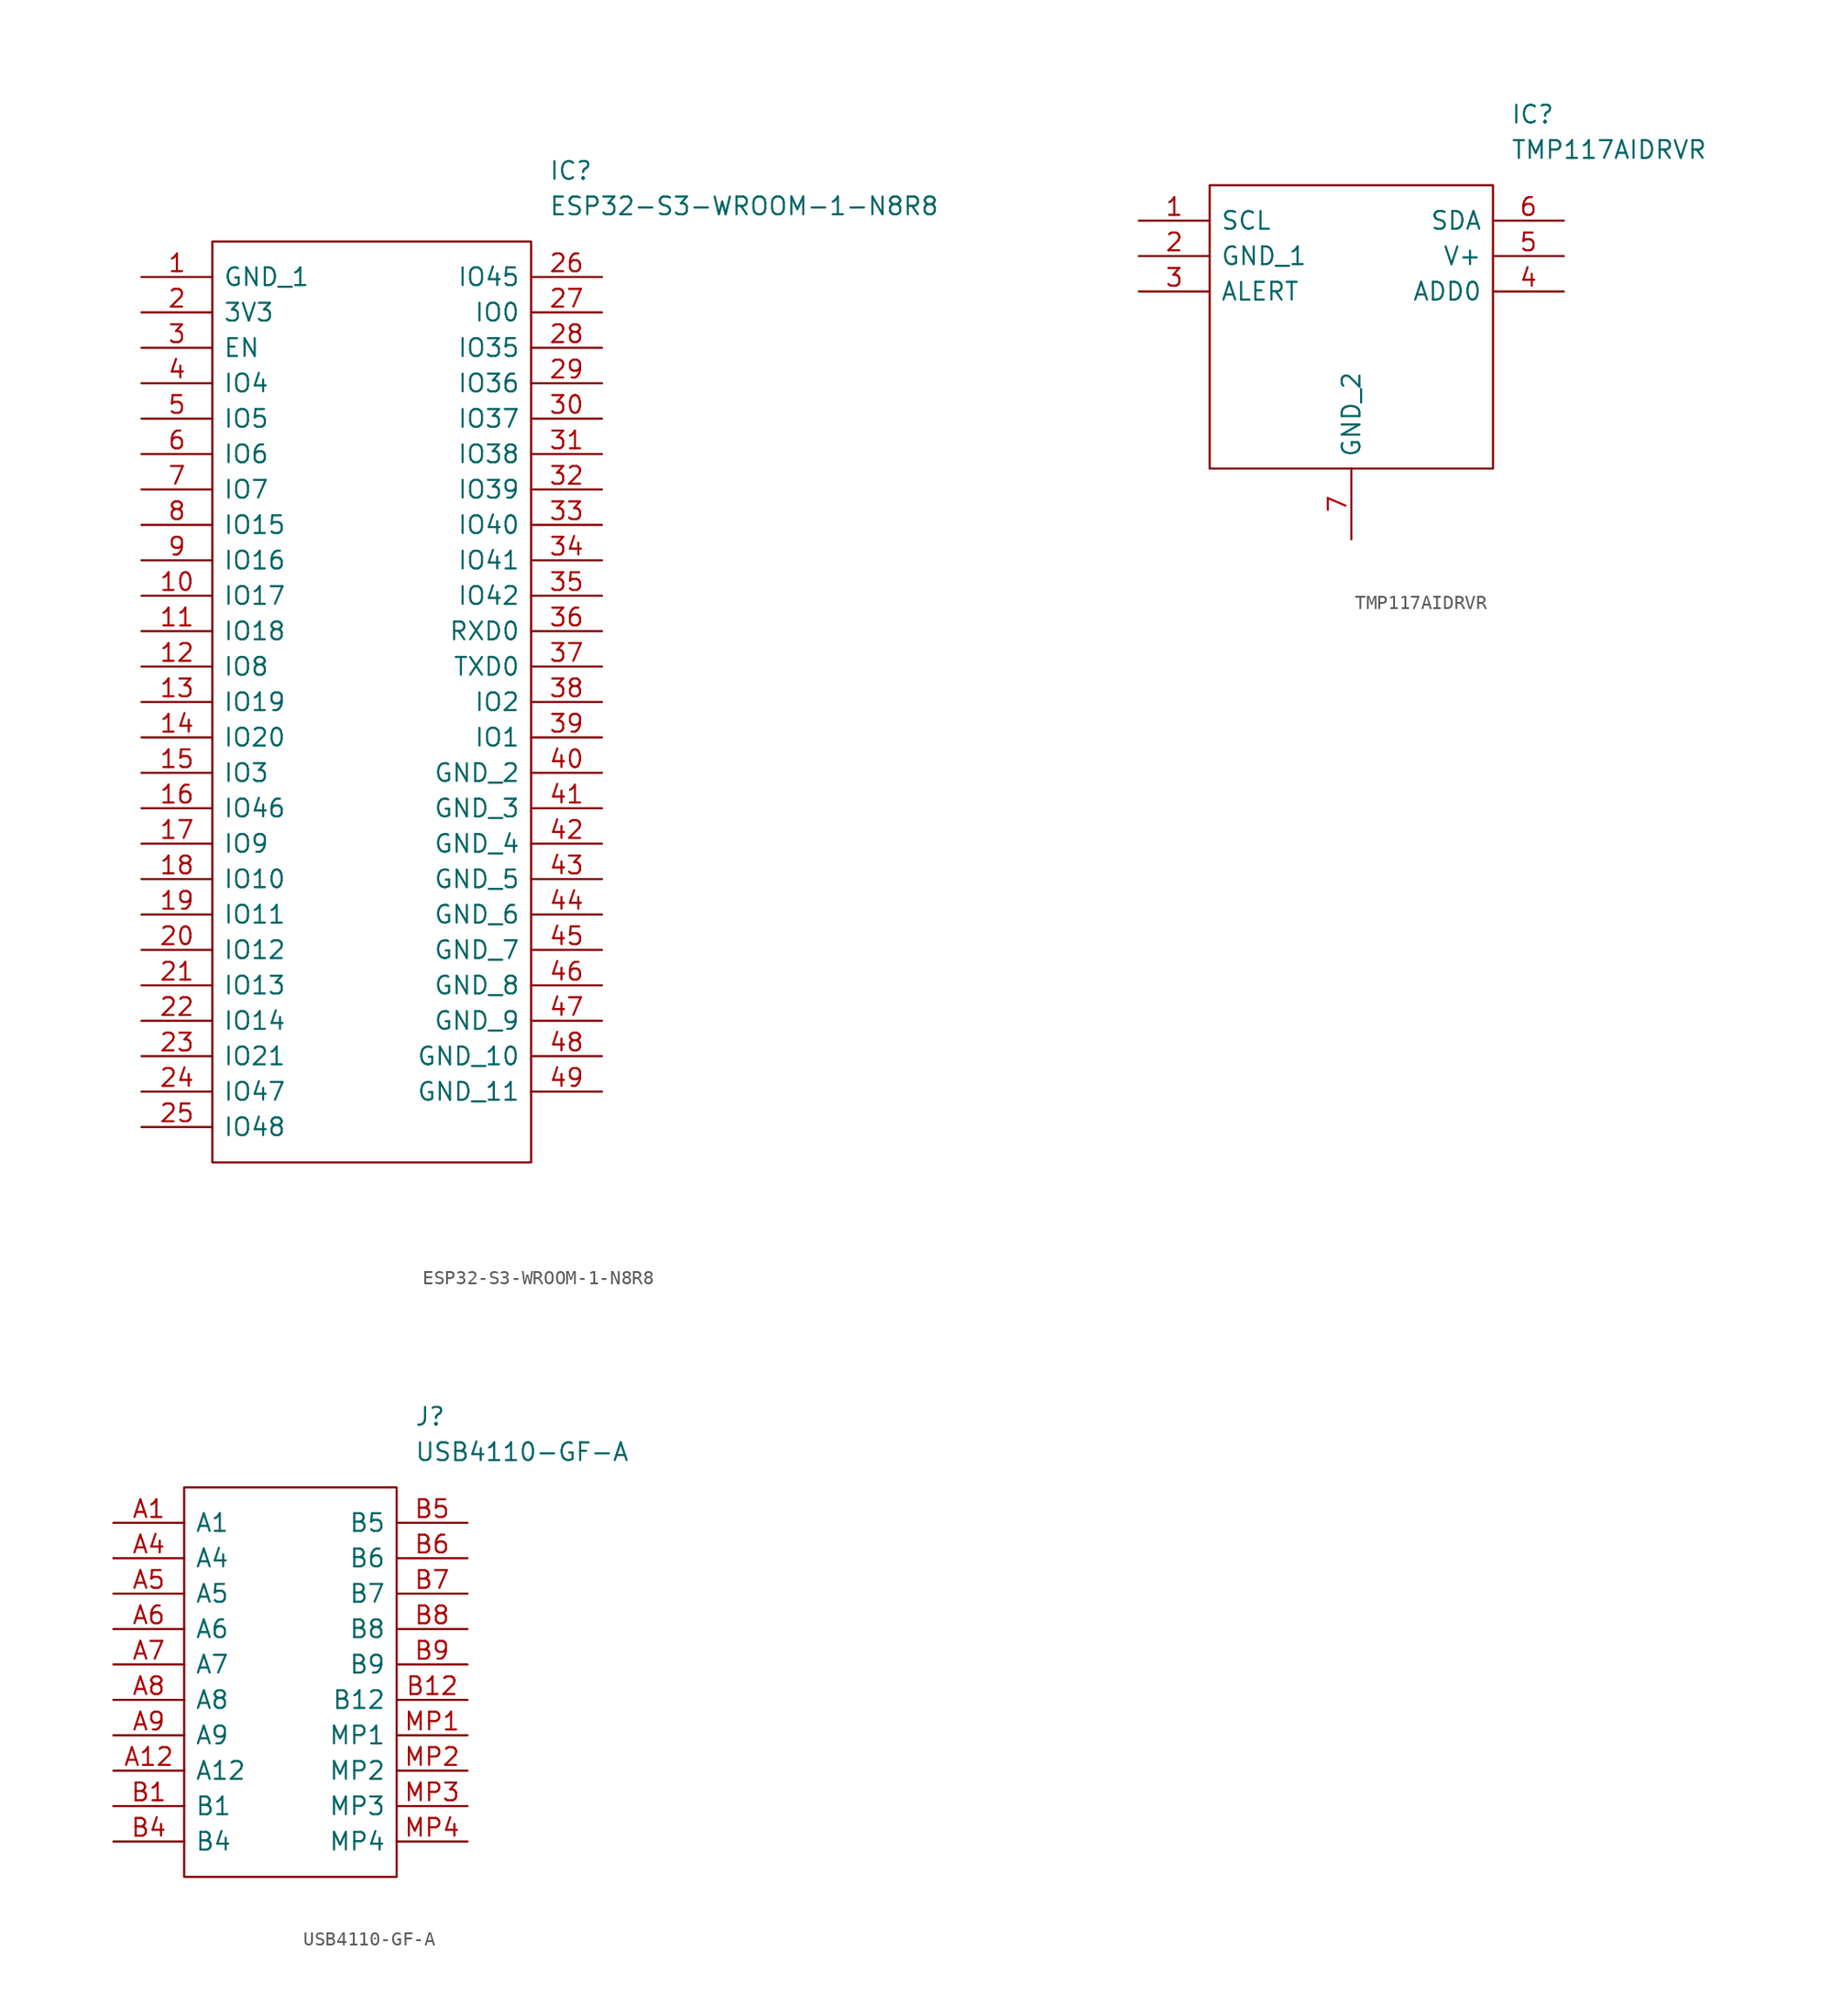
<source format=kicad_sym>
(kicad_symbol_lib
  (version 20220914)
  (generator kicad_symbol_editor)
  (symbol "ESP32-S3-WROOM-1-N8R8"
    (pin_names
      (offset 0.762))
    (property "Reference" "IC"
      (at 29.21 7.62 0)
      (effects (font (size 1.27 1.27)) (justify left)))
    (property "Value" "ESP32-S3-WROOM-1-N8R8"
      (at 29.21 5.08 0)
      (effects (font (size 1.27 1.27)) (justify left)))
    (symbol "ESP32-S3-WROOM-1-N8R8_0_0"
      (pin passive line (at 0 0 0) (length 5.08) (name "GND_1" (effects (font (size 1.27 1.27)))) (number "1" (effects (font (size 1.27 1.27)))))
      (pin passive line (at 0 -22.86 0) (length 5.08) (name "IO17" (effects (font (size 1.27 1.27)))) (number "10" (effects (font (size 1.27 1.27)))))
      (pin passive line (at 0 -25.4 0) (length 5.08) (name "IO18" (effects (font (size 1.27 1.27)))) (number "11" (effects (font (size 1.27 1.27)))))
      (pin passive line (at 0 -27.94 0) (length 5.08) (name "IO8" (effects (font (size 1.27 1.27)))) (number "12" (effects (font (size 1.27 1.27)))))
      (pin passive line (at 0 -30.48 0) (length 5.08) (name "IO19" (effects (font (size 1.27 1.27)))) (number "13" (effects (font (size 1.27 1.27)))))
      (pin passive line (at 0 -33.02 0) (length 5.08) (name "IO20" (effects (font (size 1.27 1.27)))) (number "14" (effects (font (size 1.27 1.27)))))
      (pin passive line (at 0 -35.56 0) (length 5.08) (name "IO3" (effects (font (size 1.27 1.27)))) (number "15" (effects (font (size 1.27 1.27)))))
      (pin passive line (at 0 -38.1 0) (length 5.08) (name "IO46" (effects (font (size 1.27 1.27)))) (number "16" (effects (font (size 1.27 1.27)))))
      (pin passive line (at 0 -40.64 0) (length 5.08) (name "IO9" (effects (font (size 1.27 1.27)))) (number "17" (effects (font (size 1.27 1.27)))))
      (pin passive line (at 0 -43.18 0) (length 5.08) (name "IO10" (effects (font (size 1.27 1.27)))) (number "18" (effects (font (size 1.27 1.27)))))
      (pin passive line (at 0 -45.72 0) (length 5.08) (name "IO11" (effects (font (size 1.27 1.27)))) (number "19" (effects (font (size 1.27 1.27)))))
      (pin passive line (at 0 -2.54 0) (length 5.08) (name "3V3" (effects (font (size 1.27 1.27)))) (number "2" (effects (font (size 1.27 1.27)))))
      (pin passive line (at 0 -48.26 0) (length 5.08) (name "IO12" (effects (font (size 1.27 1.27)))) (number "20" (effects (font (size 1.27 1.27)))))
      (pin passive line (at 0 -50.8 0) (length 5.08) (name "IO13" (effects (font (size 1.27 1.27)))) (number "21" (effects (font (size 1.27 1.27)))))
      (pin passive line (at 0 -53.34 0) (length 5.08) (name "IO14" (effects (font (size 1.27 1.27)))) (number "22" (effects (font (size 1.27 1.27)))))
      (pin passive line (at 0 -55.88 0) (length 5.08) (name "IO21" (effects (font (size 1.27 1.27)))) (number "23" (effects (font (size 1.27 1.27)))))
      (pin passive line (at 0 -58.42 0) (length 5.08) (name "IO47" (effects (font (size 1.27 1.27)))) (number "24" (effects (font (size 1.27 1.27)))))
      (pin passive line (at 0 -60.96 0) (length 5.08) (name "IO48" (effects (font (size 1.27 1.27)))) (number "25" (effects (font (size 1.27 1.27)))))
      (pin passive line (at 33.02 0 180) (length 5.08) (name "IO45" (effects (font (size 1.27 1.27)))) (number "26" (effects (font (size 1.27 1.27)))))
      (pin passive line (at 33.02 -2.54 180) (length 5.08) (name "IO0" (effects (font (size 1.27 1.27)))) (number "27" (effects (font (size 1.27 1.27)))))
      (pin passive line (at 33.02 -5.08 180) (length 5.08) (name "IO35" (effects (font (size 1.27 1.27)))) (number "28" (effects (font (size 1.27 1.27)))))
      (pin passive line (at 33.02 -7.62 180) (length 5.08) (name "IO36" (effects (font (size 1.27 1.27)))) (number "29" (effects (font (size 1.27 1.27)))))
      (pin passive line (at 0 -5.08 0) (length 5.08) (name "EN" (effects (font (size 1.27 1.27)))) (number "3" (effects (font (size 1.27 1.27)))))
      (pin passive line (at 33.02 -10.16 180) (length 5.08) (name "IO37" (effects (font (size 1.27 1.27)))) (number "30" (effects (font (size 1.27 1.27)))))
      (pin passive line (at 33.02 -12.7 180) (length 5.08) (name "IO38" (effects (font (size 1.27 1.27)))) (number "31" (effects (font (size 1.27 1.27)))))
      (pin passive line (at 33.02 -15.24 180) (length 5.08) (name "IO39" (effects (font (size 1.27 1.27)))) (number "32" (effects (font (size 1.27 1.27)))))
      (pin passive line (at 33.02 -17.78 180) (length 5.08) (name "IO40" (effects (font (size 1.27 1.27)))) (number "33" (effects (font (size 1.27 1.27)))))
      (pin passive line (at 33.02 -20.32 180) (length 5.08) (name "IO41" (effects (font (size 1.27 1.27)))) (number "34" (effects (font (size 1.27 1.27)))))
      (pin passive line (at 33.02 -22.86 180) (length 5.08) (name "IO42" (effects (font (size 1.27 1.27)))) (number "35" (effects (font (size 1.27 1.27)))))
      (pin passive line (at 33.02 -25.4 180) (length 5.08) (name "RXD0" (effects (font (size 1.27 1.27)))) (number "36" (effects (font (size 1.27 1.27)))))
      (pin passive line (at 33.02 -27.94 180) (length 5.08) (name "TXD0" (effects (font (size 1.27 1.27)))) (number "37" (effects (font (size 1.27 1.27)))))
      (pin passive line (at 33.02 -30.48 180) (length 5.08) (name "IO2" (effects (font (size 1.27 1.27)))) (number "38" (effects (font (size 1.27 1.27)))))
      (pin passive line (at 33.02 -33.02 180) (length 5.08) (name "IO1" (effects (font (size 1.27 1.27)))) (number "39" (effects (font (size 1.27 1.27)))))
      (pin passive line (at 0 -7.62 0) (length 5.08) (name "IO4" (effects (font (size 1.27 1.27)))) (number "4" (effects (font (size 1.27 1.27)))))
      (pin passive line (at 33.02 -35.56 180) (length 5.08) (name "GND_2" (effects (font (size 1.27 1.27)))) (number "40" (effects (font (size 1.27 1.27)))))
      (pin passive line (at 33.02 -38.1 180) (length 5.08) (name "GND_3" (effects (font (size 1.27 1.27)))) (number "41" (effects (font (size 1.27 1.27)))))
      (pin passive line (at 33.02 -40.64 180) (length 5.08) (name "GND_4" (effects (font (size 1.27 1.27)))) (number "42" (effects (font (size 1.27 1.27)))))
      (pin passive line (at 33.02 -43.18 180) (length 5.08) (name "GND_5" (effects (font (size 1.27 1.27)))) (number "43" (effects (font (size 1.27 1.27)))))
      (pin passive line (at 33.02 -45.72 180) (length 5.08) (name "GND_6" (effects (font (size 1.27 1.27)))) (number "44" (effects (font (size 1.27 1.27)))))
      (pin passive line (at 33.02 -48.26 180) (length 5.08) (name "GND_7" (effects (font (size 1.27 1.27)))) (number "45" (effects (font (size 1.27 1.27)))))
      (pin passive line (at 33.02 -50.8 180) (length 5.08) (name "GND_8" (effects (font (size 1.27 1.27)))) (number "46" (effects (font (size 1.27 1.27)))))
      (pin passive line (at 33.02 -53.34 180) (length 5.08) (name "GND_9" (effects (font (size 1.27 1.27)))) (number "47" (effects (font (size 1.27 1.27)))))
      (pin passive line (at 33.02 -55.88 180) (length 5.08) (name "GND_10" (effects (font (size 1.27 1.27)))) (number "48" (effects (font (size 1.27 1.27)))))
      (pin passive line (at 33.02 -58.42 180) (length 5.08) (name "GND_11" (effects (font (size 1.27 1.27)))) (number "49" (effects (font (size 1.27 1.27)))))
      (pin passive line (at 0 -10.16 0) (length 5.08) (name "IO5" (effects (font (size 1.27 1.27)))) (number "5" (effects (font (size 1.27 1.27)))))
      (pin passive line (at 0 -12.7 0) (length 5.08) (name "IO6" (effects (font (size 1.27 1.27)))) (number "6" (effects (font (size 1.27 1.27)))))
      (pin passive line (at 0 -15.24 0) (length 5.08) (name "IO7" (effects (font (size 1.27 1.27)))) (number "7" (effects (font (size 1.27 1.27)))))
      (pin passive line (at 0 -17.78 0) (length 5.08) (name "IO15" (effects (font (size 1.27 1.27)))) (number "8" (effects (font (size 1.27 1.27)))))
      (pin passive line (at 0 -20.32 0) (length 5.08) (name "IO16" (effects (font (size 1.27 1.27)))) (number "9" (effects (font (size 1.27 1.27))))))
    (symbol "ESP32-S3-WROOM-1-N8R8_0_1"
      (polyline (pts (xy 5.08 2.54) (xy 27.94 2.54) (xy 27.94 -63.5) (xy 5.08 -63.5) (xy 5.08 2.54)) (stroke (width 0.152) (type solid)) (fill (type none)))))
  (symbol "TMP117AIDRVR"
    (pin_names
      (offset 0.762))
    (property "Reference" "IC"
      (at 26.67 7.62 0)
      (effects (font (size 1.27 1.27)) (justify left)))
    (property "Value" "TMP117AIDRVR"
      (at 26.67 5.08 0)
      (effects (font (size 1.27 1.27)) (justify left)))
    (symbol "TMP117AIDRVR_0_0"
      (pin passive line (at 0 0 0) (length 5.08) (name "SCL" (effects (font (size 1.27 1.27)))) (number "1" (effects (font (size 1.27 1.27)))))
      (pin passive line (at 0 -2.54 0) (length 5.08) (name "GND_1" (effects (font (size 1.27 1.27)))) (number "2" (effects (font (size 1.27 1.27)))))
      (pin passive line (at 0 -5.08 0) (length 5.08) (name "ALERT" (effects (font (size 1.27 1.27)))) (number "3" (effects (font (size 1.27 1.27)))))
      (pin passive line (at 30.48 -5.08 180) (length 5.08) (name "ADD0" (effects (font (size 1.27 1.27)))) (number "4" (effects (font (size 1.27 1.27)))))
      (pin passive line (at 30.48 -2.54 180) (length 5.08) (name "V+" (effects (font (size 1.27 1.27)))) (number "5" (effects (font (size 1.27 1.27)))))
      (pin passive line (at 30.48 0 180) (length 5.08) (name "SDA" (effects (font (size 1.27 1.27)))) (number "6" (effects (font (size 1.27 1.27)))))
      (pin passive line (at 15.24 -22.86 90) (length 5.08) (name "GND_2" (effects (font (size 1.27 1.27)))) (number "7" (effects (font (size 1.27 1.27))))))
    (symbol "TMP117AIDRVR_0_1"
      (polyline (pts (xy 5.08 2.54) (xy 25.4 2.54) (xy 25.4 -17.78) (xy 5.08 -17.78) (xy 5.08 2.54)) (stroke (width 0.152) (type solid)) (fill (type none)))))
  (symbol "USB4110-GF-A"
    (pin_names
      (offset 0.762))
    (property "Reference" "J"
      (at 21.59 7.62 0)
      (effects (font (size 1.27 1.27)) (justify left)))
    (property "Value" "USB4110-GF-A"
      (at 21.59 5.08 0)
      (effects (font (size 1.27 1.27)) (justify left)))
    (symbol "USB4110-GF-A_0_0"
      (pin passive line (at 0 0 0) (length 5.08) (name "A1" (effects (font (size 1.27 1.27)))) (number "A1" (effects (font (size 1.27 1.27)))))
      (pin passive line (at 0 -17.78 0) (length 5.08) (name "A12" (effects (font (size 1.27 1.27)))) (number "A12" (effects (font (size 1.27 1.27)))))
      (pin passive line (at 0 -2.54 0) (length 5.08) (name "A4" (effects (font (size 1.27 1.27)))) (number "A4" (effects (font (size 1.27 1.27)))))
      (pin passive line (at 0 -5.08 0) (length 5.08) (name "A5" (effects (font (size 1.27 1.27)))) (number "A5" (effects (font (size 1.27 1.27)))))
      (pin passive line (at 0 -7.62 0) (length 5.08) (name "A6" (effects (font (size 1.27 1.27)))) (number "A6" (effects (font (size 1.27 1.27)))))
      (pin passive line (at 0 -10.16 0) (length 5.08) (name "A7" (effects (font (size 1.27 1.27)))) (number "A7" (effects (font (size 1.27 1.27)))))
      (pin passive line (at 0 -12.7 0) (length 5.08) (name "A8" (effects (font (size 1.27 1.27)))) (number "A8" (effects (font (size 1.27 1.27)))))
      (pin passive line (at 0 -15.24 0) (length 5.08) (name "A9" (effects (font (size 1.27 1.27)))) (number "A9" (effects (font (size 1.27 1.27)))))
      (pin passive line (at 0 -20.32 0) (length 5.08) (name "B1" (effects (font (size 1.27 1.27)))) (number "B1" (effects (font (size 1.27 1.27)))))
      (pin passive line (at 25.4 -12.7 180) (length 5.08) (name "B12" (effects (font (size 1.27 1.27)))) (number "B12" (effects (font (size 1.27 1.27)))))
      (pin passive line (at 0 -22.86 0) (length 5.08) (name "B4" (effects (font (size 1.27 1.27)))) (number "B4" (effects (font (size 1.27 1.27)))))
      (pin passive line (at 25.4 0 180) (length 5.08) (name "B5" (effects (font (size 1.27 1.27)))) (number "B5" (effects (font (size 1.27 1.27)))))
      (pin passive line (at 25.4 -2.54 180) (length 5.08) (name "B6" (effects (font (size 1.27 1.27)))) (number "B6" (effects (font (size 1.27 1.27)))))
      (pin passive line (at 25.4 -5.08 180) (length 5.08) (name "B7" (effects (font (size 1.27 1.27)))) (number "B7" (effects (font (size 1.27 1.27)))))
      (pin passive line (at 25.4 -7.62 180) (length 5.08) (name "B8" (effects (font (size 1.27 1.27)))) (number "B8" (effects (font (size 1.27 1.27)))))
      (pin passive line (at 25.4 -10.16 180) (length 5.08) (name "B9" (effects (font (size 1.27 1.27)))) (number "B9" (effects (font (size 1.27 1.27)))))
      (pin passive line (at 25.4 -15.24 180) (length 5.08) (name "MP1" (effects (font (size 1.27 1.27)))) (number "MP1" (effects (font (size 1.27 1.27)))))
      (pin passive line (at 25.4 -17.78 180) (length 5.08) (name "MP2" (effects (font (size 1.27 1.27)))) (number "MP2" (effects (font (size 1.27 1.27)))))
      (pin passive line (at 25.4 -20.32 180) (length 5.08) (name "MP3" (effects (font (size 1.27 1.27)))) (number "MP3" (effects (font (size 1.27 1.27)))))
      (pin passive line (at 25.4 -22.86 180) (length 5.08) (name "MP4" (effects (font (size 1.27 1.27)))) (number "MP4" (effects (font (size 1.27 1.27))))))
    (symbol "USB4110-GF-A_0_1"
      (polyline (pts (xy 5.08 2.54) (xy 20.32 2.54) (xy 20.32 -25.4) (xy 5.08 -25.4) (xy 5.08 2.54)) (stroke (width 0.152) (type solid)) (fill (type none))))))
</source>
